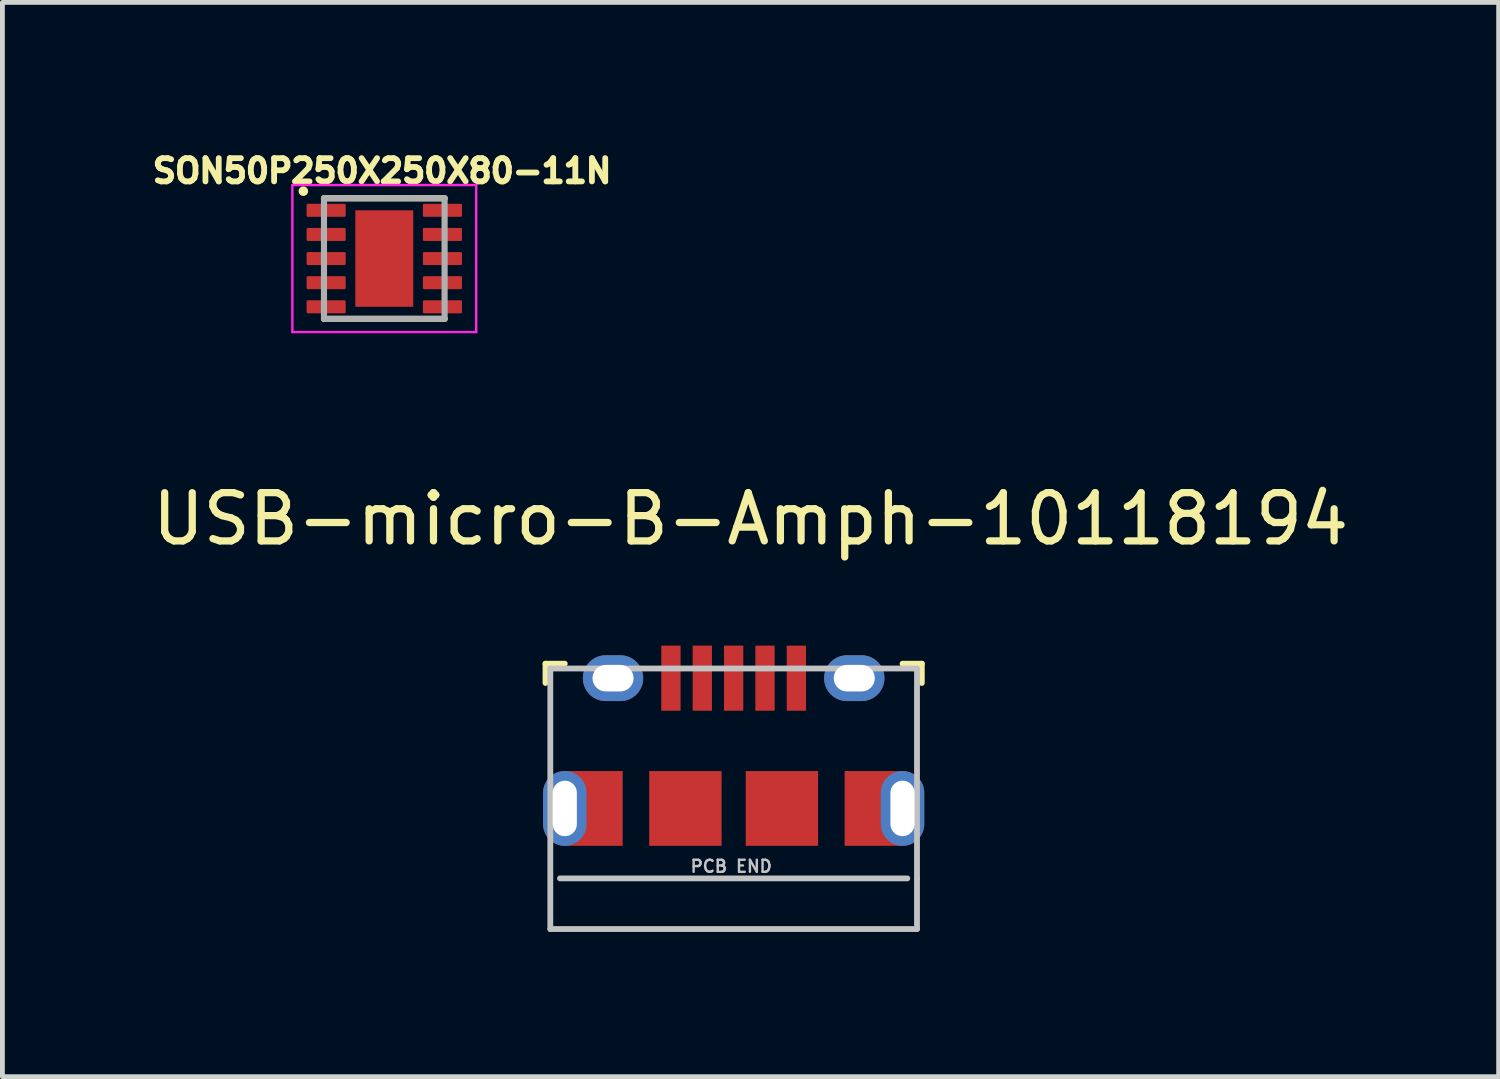
<source format=kicad_pcb>
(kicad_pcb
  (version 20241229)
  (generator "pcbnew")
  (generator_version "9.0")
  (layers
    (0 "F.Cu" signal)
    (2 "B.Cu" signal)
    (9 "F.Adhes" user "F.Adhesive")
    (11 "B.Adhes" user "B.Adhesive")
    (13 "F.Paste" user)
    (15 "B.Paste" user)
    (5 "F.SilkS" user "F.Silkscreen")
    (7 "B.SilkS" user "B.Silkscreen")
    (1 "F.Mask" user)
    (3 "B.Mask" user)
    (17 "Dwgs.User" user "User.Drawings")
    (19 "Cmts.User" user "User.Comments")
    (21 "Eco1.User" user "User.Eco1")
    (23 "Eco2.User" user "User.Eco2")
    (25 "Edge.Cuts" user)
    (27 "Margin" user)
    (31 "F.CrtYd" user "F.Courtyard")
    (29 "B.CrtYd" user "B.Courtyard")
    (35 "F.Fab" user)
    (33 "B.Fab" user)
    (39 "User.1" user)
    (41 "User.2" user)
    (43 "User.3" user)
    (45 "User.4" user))
  (footprint "USB-micro-B-Amph-10118194"
    (layer "F.Cu")
    (at 12.156 13.706)
    (property "Reference" "USB-micro-B-Amph-10118194" (at 0.35 -6 0) (layer "F.SilkS") (effects (font (size 1 1) (thickness 0.15))))
    (attr smd)
    (fp_line (start -3.9 -3) (end -3.9 -2.6) (stroke (width 0.12) (type solid)) (layer "F.SilkS"))
    (fp_line (start -3.5 -3) (end -3.9 -3) (stroke (width 0.12) (type solid)) (layer "F.SilkS"))
    (fp_line (start 3.5 -3) (end 3.9 -3) (stroke (width 0.12) (type solid)) (layer "F.SilkS"))
    (fp_line (start 3.9 -3) (end 3.9 -2.6) (stroke (width 0.12) (type solid)) (layer "F.SilkS"))
    (fp_line (start -3.8 -2.9) (end -3.8 2.5) (stroke (width 0.12) (type solid)) (layer "Dwgs.User"))
    (fp_line (start -3.8 -2.9) (end 3.8 -2.9) (stroke (width 0.12) (type solid)) (layer "Dwgs.User"))
    (fp_line (start -3.8 2.5) (end 3.8 2.5) (stroke (width 0.12) (type solid)) (layer "Dwgs.User"))
    (fp_line (start -3.6 1.45) (end 3.6 1.45) (stroke (width 0.12) (type solid)) (layer "Dwgs.User"))
    (fp_line (start 3.8 -2.9) (end 3.8 1.45) (stroke (width 0.12) (type solid)) (layer "Dwgs.User"))
    (fp_line (start 3.8 2.5) (end 3.8 1.45) (stroke (width 0.12) (type solid)) (layer "Dwgs.User"))
    (fp_text user "PCB END" (at -0.05 1.2 0) (layer "Dwgs.User") (effects (font (size 0.25 0.25) (thickness 0.05))))
    (pad "1" smd rect (at -1.3 -2.7) (size 0.4 1.35) (layers "F.Cu" "F.Mask" "F.Paste"))
    (pad "2" smd rect (at -0.65 -2.7) (size 0.4 1.35) (layers "F.Cu" "F.Mask" "F.Paste"))
    (pad "3" smd rect (at 0 -2.7) (size 0.4 1.35) (layers "F.Cu" "F.Mask" "F.Paste"))
    (pad "4" smd rect (at 0.65 -2.7) (size 0.4 1.35) (layers "F.Cu" "F.Mask" "F.Paste"))
    (pad "5" smd rect (at 1.3 -2.7) (size 0.4 1.35) (layers "F.Cu" "F.Mask" "F.Paste"))
    (pad "6" thru_hole oval (at -3.5 0) (size 0.9 1.55) (drill oval 0.5 1.15) (layers "*.Cu" "*.Mask" "F.Paste"))
    (pad "6" smd rect (at -2.9 0) (size 1.2 1.55) (layers "F.Cu" "F.Mask" "F.Paste"))
    (pad "6" thru_hole oval (at -2.5 -2.7) (size 1.25 0.95) (drill oval 0.85 0.55) (layers "*.Cu" "*.Mask" "F.Paste"))
    (pad "6" smd rect (at -1 0) (size 1.5 1.55) (layers "F.Cu" "F.Mask" "F.Paste"))
    (pad "6" smd rect (at 1 0) (size 1.5 1.55) (layers "F.Cu" "F.Mask" "F.Paste"))
    (pad "6" thru_hole oval (at 2.5 -2.7) (size 1.25 0.95) (drill oval 0.85 0.55) (layers "*.Cu" "*.Mask" "F.Paste"))
    (pad "6" smd rect (at 2.9 0) (size 1.2 1.55) (layers "F.Cu" "F.Mask" "F.Paste"))
    (pad "6" thru_hole oval (at 3.5 0) (size 0.9 1.55) (drill oval 0.5 1.15) (layers "*.Cu" "*.Mask" "F.Paste")))
  (footprint "SON50P250X250X80-11N"
    (layer "F.Cu")
    (at 4.915 2.309)
    (property "Reference" "SON50P250X250X80-11N" (at -0.046 -1.816 0) (layer "F.SilkS") (effects (font (size 0.482 0.482) (thickness 0.15))))
    (attr smd)
    (fp_line (start 1.25 -1.25) (end -1.25 -1.25) (stroke (width 0.127) (type solid)) (layer "F.SilkS"))
    (fp_line (start 1.25 1.25) (end -1.25 1.25) (stroke (width 0.127) (type solid)) (layer "F.SilkS"))
    (fp_circle (center -1.678 -1.397) (end -1.628 -1.397) (stroke (width 0.1) (type solid)) (fill no) (layer "F.SilkS"))
    (fp_poly (pts (xy -0.381 -0.63) (xy 0.38 -0.63) (xy 0.38 0.632) (xy -0.381 0.632)) (stroke (width 0.01) (type solid)) (fill yes) (layer "F.Paste"))
    (fp_line (start -1.905 -1.524) (end 1.905 -1.524) (stroke (width 0.05) (type solid)) (layer "F.CrtYd"))
    (fp_line (start -1.905 1.524) (end -1.905 -1.524) (stroke (width 0.05) (type solid)) (layer "F.CrtYd"))
    (fp_line (start 1.905 -1.524) (end 1.905 1.524) (stroke (width 0.05) (type solid)) (layer "F.CrtYd"))
    (fp_line (start 1.905 1.524) (end -1.905 1.524) (stroke (width 0.05) (type solid)) (layer "F.CrtYd"))
    (fp_line (start -1.25 -1.25) (end 1.25 -1.25) (stroke (width 0.127) (type solid)) (layer "F.Fab"))
    (fp_line (start -1.25 1.25) (end -1.25 -1.25) (stroke (width 0.127) (type solid)) (layer "F.Fab"))
    (fp_line (start 1.25 -1.25) (end 1.25 1.25) (stroke (width 0.127) (type solid)) (layer "F.Fab"))
    (fp_line (start 1.25 1.25) (end -1.25 1.25) (stroke (width 0.127) (type solid)) (layer "F.Fab"))
    (pad "1" smd roundrect (at -1.205 -1) (size 0.81 0.27) (layers "F.Cu" "F.Mask" "F.Paste") (roundrect_rratio 0.09))
    (pad "2" smd roundrect (at -1.205 -0.5) (size 0.81 0.27) (layers "F.Cu" "F.Mask" "F.Paste") (roundrect_rratio 0.09))
    (pad "3" smd roundrect (at -1.205 0) (size 0.81 0.27) (layers "F.Cu" "F.Mask" "F.Paste") (roundrect_rratio 0.09))
    (pad "4" smd roundrect (at -1.205 0.5) (size 0.81 0.27) (layers "F.Cu" "F.Mask" "F.Paste") (roundrect_rratio 0.09))
    (pad "5" smd roundrect (at -1.205 1) (size 0.81 0.27) (layers "F.Cu" "F.Mask" "F.Paste") (roundrect_rratio 0.09))
    (pad "6" smd roundrect (at 1.205 1) (size 0.81 0.27) (layers "F.Cu" "F.Mask" "F.Paste") (roundrect_rratio 0.09))
    (pad "7" smd roundrect (at 1.205 0.5) (size 0.81 0.27) (layers "F.Cu" "F.Mask" "F.Paste") (roundrect_rratio 0.09))
    (pad "8" smd roundrect (at 1.205 0) (size 0.81 0.27) (layers "F.Cu" "F.Mask" "F.Paste") (roundrect_rratio 0.09))
    (pad "9" smd roundrect (at 1.205 -0.5) (size 0.81 0.27) (layers "F.Cu" "F.Mask" "F.Paste") (roundrect_rratio 0.09))
    (pad "10" smd roundrect (at 1.205 -1) (size 0.81 0.27) (layers "F.Cu" "F.Mask" "F.Paste") (roundrect_rratio 0.09))
    (pad "11" smd rect (at 0 0) (size 1.2 2) (layers "F.Cu" "F.Mask")))
  (gr_rect
    (start -3 -3)
    (end 28.012 19.266)
    (stroke (width 0.1) (type default))
    (fill no)
    (layer "Edge.Cuts")))
</source>
